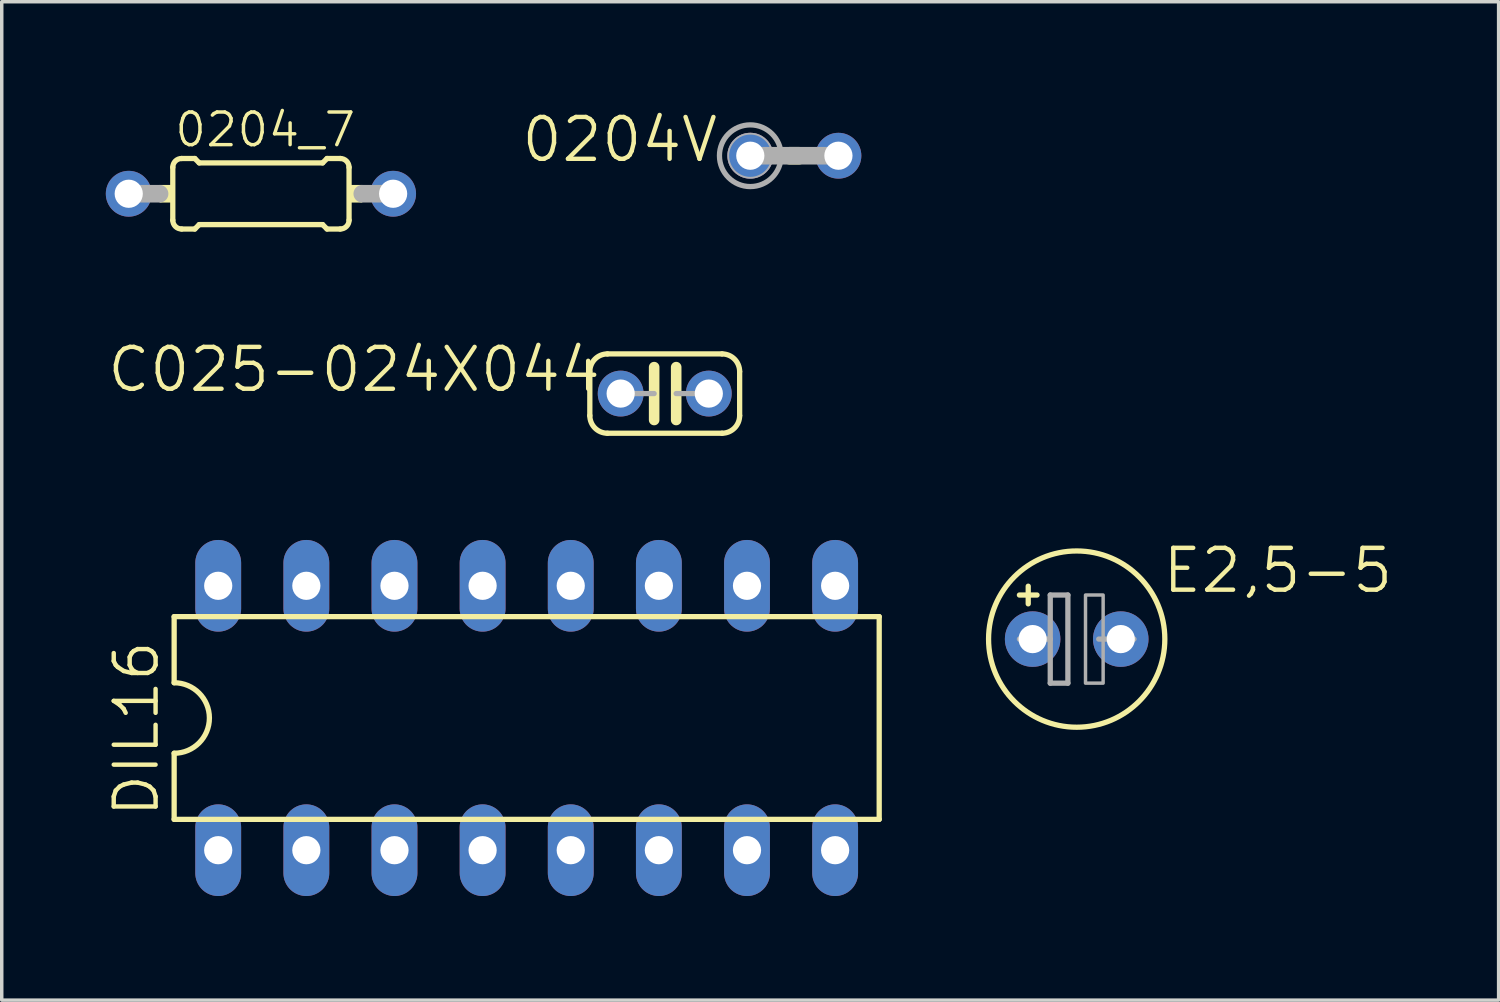
<source format=kicad_pcb>
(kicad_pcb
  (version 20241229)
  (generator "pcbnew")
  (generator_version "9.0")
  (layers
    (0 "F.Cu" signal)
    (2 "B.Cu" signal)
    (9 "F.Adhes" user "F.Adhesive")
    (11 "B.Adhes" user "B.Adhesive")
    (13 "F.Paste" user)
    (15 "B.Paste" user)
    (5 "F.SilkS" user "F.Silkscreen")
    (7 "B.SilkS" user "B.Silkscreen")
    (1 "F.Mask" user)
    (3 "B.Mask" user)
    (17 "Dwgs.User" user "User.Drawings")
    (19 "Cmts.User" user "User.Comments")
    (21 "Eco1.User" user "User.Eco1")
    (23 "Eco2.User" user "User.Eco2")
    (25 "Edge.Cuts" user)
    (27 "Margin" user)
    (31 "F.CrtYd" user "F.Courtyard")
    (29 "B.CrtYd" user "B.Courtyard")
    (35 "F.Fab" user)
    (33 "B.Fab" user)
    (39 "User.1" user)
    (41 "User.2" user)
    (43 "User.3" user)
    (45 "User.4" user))
  (footprint "C025-024X044"
    (layer "F.Cu")
    (at 16.108 8.293)
    (property "Reference" "C025-024X044" (at -1.778 -1.397 0) (layer "F.SilkS") (effects (font (size 1.206 1.206) (thickness 0.127)) (justify right top)))
    (attr through_hole)
    (fp_line (start -2.159 0.635) (end -2.159 -0.635) (stroke (width 0.152) (type solid)) (layer "F.SilkS"))
    (fp_line (start -0.305 -0.762) (end -0.305 0.762) (stroke (width 0.305) (type solid)) (layer "F.SilkS"))
    (fp_line (start 0.33 -0.762) (end 0.33 0.762) (stroke (width 0.305) (type solid)) (layer "F.SilkS"))
    (fp_line (start 1.651 -1.143) (end -1.651 -1.143) (stroke (width 0.152) (type solid)) (layer "F.SilkS"))
    (fp_line (start 1.651 1.143) (end -1.651 1.143) (stroke (width 0.152) (type solid)) (layer "F.SilkS"))
    (fp_line (start 2.159 0.635) (end 2.159 -0.635) (stroke (width 0.152) (type solid)) (layer "F.SilkS"))
    (fp_arc (start -2.159 -0.635) (mid -2.01021 -0.99421) (end -1.651 -1.143) (stroke (width 0.1524) (type solid)) (layer "F.SilkS"))
    (fp_arc (start -1.651 1.143) (mid -2.01021 0.99421) (end -2.159 0.635) (stroke (width 0.1524) (type solid)) (layer "F.SilkS"))
    (fp_arc (start 1.651 -1.143) (mid 2.01021 -0.99421) (end 2.159 -0.635) (stroke (width 0.1524) (type solid)) (layer "F.SilkS"))
    (fp_arc (start 2.159 0.635) (mid 2.01021 0.99421) (end 1.651 1.143) (stroke (width 0.1524) (type solid)) (layer "F.SilkS"))
    (fp_line (start -1.27 0) (end -0.305 0) (stroke (width 0.152) (type solid)) (layer "F.Fab"))
    (fp_line (start 1.27 0) (end 0.33 0) (stroke (width 0.152) (type solid)) (layer "F.Fab"))
    (pad "1" thru_hole circle (at -1.27 0) (size 1.321 1.321) (drill 0.813) (layers "*.Cu" "*.Mask"))
    (pad "2" thru_hole circle (at 1.27 0) (size 1.321 1.321) (drill 0.813) (layers "*.Cu" "*.Mask")))
  (footprint "0204V"
    (layer "F.Cu")
    (at 19.844 1.438)
    (property "Reference" "0204V" (at -2.134 -1.168 0) (layer "F.SilkS") (effects (font (size 1.206 1.206) (thickness 0.127)) (justify right top)))
    (attr through_hole)
    (fp_line (start -0.127 0) (end 0.127 0) (stroke (width 0.508) (type solid)) (layer "F.SilkS"))
    (fp_line (start -1.27 0) (end 1.27 0) (stroke (width 0.508) (type solid)) (layer "F.Fab"))
    (fp_circle (center -1.27 0) (end -0.635 0) (stroke (width 0.051) (type solid)) (fill no) (layer "F.Fab"))
    (fp_circle (center -1.27 0) (end -0.381 0) (stroke (width 0.152) (type solid)) (fill no) (layer "F.Fab"))
    (pad "1" thru_hole circle (at -1.27 0) (size 1.321 1.321) (drill 0.813) (layers "*.Cu" "*.Mask"))
    (pad "2" thru_hole circle (at 1.27 0) (size 1.321 1.321) (drill 0.813) (layers "*.Cu" "*.Mask")))
  (footprint "DIL16"
    (layer "F.Cu")
    (at 12.129 17.643)
    (property "Reference" "DIL16" (at -10.541 2.921 90) (layer "F.SilkS") (effects (font (size 1.206 1.206) (thickness 0.127)) (justify left bottom)))
    (attr through_hole)
    (fp_line (start -10.16 -2.921) (end -10.16 -1.016) (stroke (width 0.152) (type solid)) (layer "F.SilkS"))
    (fp_line (start -10.16 2.921) (end -10.16 1.016) (stroke (width 0.152) (type solid)) (layer "F.SilkS"))
    (fp_line (start -10.16 2.921) (end 10.16 2.921) (stroke (width 0.152) (type solid)) (layer "F.SilkS"))
    (fp_line (start 10.16 -2.921) (end -10.16 -2.921) (stroke (width 0.152) (type solid)) (layer "F.SilkS"))
    (fp_line (start 10.16 -2.921) (end 10.16 2.921) (stroke (width 0.152) (type solid)) (layer "F.SilkS"))
    (fp_arc (start -10.16 -1.016) (mid -9.144 0) (end -10.16 1.016) (stroke (width 0.1524) (type solid)) (layer "F.SilkS"))
    (pad "1" thru_hole oval (at -8.89 3.81 90) (size 2.642 1.321) (drill 0.813) (layers "*.Cu" "*.Mask"))
    (pad "2" thru_hole oval (at -6.35 3.81 90) (size 2.642 1.321) (drill 0.813) (layers "*.Cu" "*.Mask"))
    (pad "3" thru_hole oval (at -3.81 3.81 90) (size 2.642 1.321) (drill 0.813) (layers "*.Cu" "*.Mask"))
    (pad "4" thru_hole oval (at -1.27 3.81 90) (size 2.642 1.321) (drill 0.813) (layers "*.Cu" "*.Mask"))
    (pad "5" thru_hole oval (at 1.27 3.81 90) (size 2.642 1.321) (drill 0.813) (layers "*.Cu" "*.Mask"))
    (pad "6" thru_hole oval (at 3.81 3.81 90) (size 2.642 1.321) (drill 0.813) (layers "*.Cu" "*.Mask"))
    (pad "7" thru_hole oval (at 6.35 3.81 90) (size 2.642 1.321) (drill 0.813) (layers "*.Cu" "*.Mask"))
    (pad "8" thru_hole oval (at 8.89 3.81 90) (size 2.642 1.321) (drill 0.813) (layers "*.Cu" "*.Mask"))
    (pad "9" thru_hole oval (at 8.89 -3.81 90) (size 2.642 1.321) (drill 0.813) (layers "*.Cu" "*.Mask"))
    (pad "10" thru_hole oval (at 6.35 -3.81 90) (size 2.642 1.321) (drill 0.813) (layers "*.Cu" "*.Mask"))
    (pad "11" thru_hole oval (at 3.81 -3.81 90) (size 2.642 1.321) (drill 0.813) (layers "*.Cu" "*.Mask"))
    (pad "12" thru_hole oval (at 1.27 -3.81 90) (size 2.642 1.321) (drill 0.813) (layers "*.Cu" "*.Mask"))
    (pad "13" thru_hole oval (at -1.27 -3.81 90) (size 2.642 1.321) (drill 0.813) (layers "*.Cu" "*.Mask"))
    (pad "14" thru_hole oval (at -3.81 -3.81 90) (size 2.642 1.321) (drill 0.813) (layers "*.Cu" "*.Mask"))
    (pad "15" thru_hole oval (at -6.35 -3.81 90) (size 2.642 1.321) (drill 0.813) (layers "*.Cu" "*.Mask"))
    (pad "16" thru_hole oval (at -8.89 -3.81 90) (size 2.642 1.321) (drill 0.813) (layers "*.Cu" "*.Mask")))
  (footprint "0204_7"
    (layer "F.Cu")
    (at 4.47 2.534)
    (property "Reference" "0204_7" (at -2.54 -1.295 0) (layer "F.SilkS") (effects (font (size 0.941 0.941) (thickness 0.099)) (justify left bottom)))
    (attr through_hole)
    (fp_line (start -2.54 0.762) (end -2.54 -0.762) (stroke (width 0.152) (type solid)) (layer "F.SilkS"))
    (fp_line (start -2.286 -1.016) (end -1.905 -1.016) (stroke (width 0.152) (type solid)) (layer "F.SilkS"))
    (fp_line (start -2.286 1.016) (end -1.905 1.016) (stroke (width 0.152) (type solid)) (layer "F.SilkS"))
    (fp_line (start -1.778 -0.889) (end -1.905 -1.016) (stroke (width 0.152) (type solid)) (layer "F.SilkS"))
    (fp_line (start -1.778 0.889) (end -1.905 1.016) (stroke (width 0.152) (type solid)) (layer "F.SilkS"))
    (fp_line (start 1.778 -0.889) (end -1.778 -0.889) (stroke (width 0.152) (type solid)) (layer "F.SilkS"))
    (fp_line (start 1.778 -0.889) (end 1.905 -1.016) (stroke (width 0.152) (type solid)) (layer "F.SilkS"))
    (fp_line (start 1.778 0.889) (end -1.778 0.889) (stroke (width 0.152) (type solid)) (layer "F.SilkS"))
    (fp_line (start 1.778 0.889) (end 1.905 1.016) (stroke (width 0.152) (type solid)) (layer "F.SilkS"))
    (fp_line (start 2.286 -1.016) (end 1.905 -1.016) (stroke (width 0.152) (type solid)) (layer "F.SilkS"))
    (fp_line (start 2.286 1.016) (end 1.905 1.016) (stroke (width 0.152) (type solid)) (layer "F.SilkS"))
    (fp_line (start 2.54 0.762) (end 2.54 -0.762) (stroke (width 0.152) (type solid)) (layer "F.SilkS"))
    (fp_arc (start -2.54 -0.762) (mid -2.465605 -0.941605) (end -2.286 -1.016) (stroke (width 0.1524) (type solid)) (layer "F.SilkS"))
    (fp_arc (start -2.286 1.016) (mid -2.465605 0.941605) (end -2.54 0.762) (stroke (width 0.1524) (type solid)) (layer "F.SilkS"))
    (fp_arc (start 2.286 -1.016) (mid 2.465605 -0.941605) (end 2.54 -0.762) (stroke (width 0.1524) (type solid)) (layer "F.SilkS"))
    (fp_arc (start 2.54 0.762) (mid 2.465605 0.941605) (end 2.286 1.016) (stroke (width 0.1524) (type solid)) (layer "F.SilkS"))
    (fp_poly (pts (xy -2.921 0.254) (xy -2.54 0.254) (xy -2.54 -0.254) (xy -2.921 -0.254)) (stroke (width 0) (type solid)) (fill yes) (layer "F.SilkS"))
    (fp_poly (pts (xy 2.54 0.254) (xy 2.921 0.254) (xy 2.921 -0.254) (xy 2.54 -0.254)) (stroke (width 0) (type solid)) (fill yes) (layer "F.SilkS"))
    (fp_line (start -3.81 0) (end -2.921 0) (stroke (width 0.508) (type solid)) (layer "F.Fab"))
    (fp_line (start 3.81 0) (end 2.921 0) (stroke (width 0.508) (type solid)) (layer "F.Fab"))
    (pad "1" thru_hole circle (at -3.81 0) (size 1.321 1.321) (drill 0.813) (layers "*.Cu" "*.Mask"))
    (pad "2" thru_hole circle (at 3.81 0) (size 1.321 1.321) (drill 0.813) (layers "*.Cu" "*.Mask")))
  (footprint "E2,5-5"
    (layer "F.Cu")
    (at 27.981 15.369)
    (property "Reference" "E2,5-5" (at 2.413 -1.27 0) (layer "F.SilkS") (effects (font (size 1.206 1.206) (thickness 0.127)) (justify left bottom)))
    (attr through_hole)
    (fp_line (start -1.651 -1.27) (end -1.397 -1.27) (stroke (width 0.152) (type solid)) (layer "F.SilkS"))
    (fp_line (start -1.397 -1.27) (end -1.397 -1.524) (stroke (width 0.152) (type solid)) (layer "F.SilkS"))
    (fp_line (start -1.397 -1.27) (end -1.143 -1.27) (stroke (width 0.152) (type solid)) (layer "F.SilkS"))
    (fp_line (start -1.397 -1.016) (end -1.397 -1.27) (stroke (width 0.152) (type solid)) (layer "F.SilkS"))
    (fp_circle (center 0 0) (end 2.54 0) (stroke (width 0.152) (type solid)) (fill no) (layer "F.SilkS"))
    (fp_line (start -1.651 0) (end -0.762 0) (stroke (width 0.152) (type solid)) (layer "F.Fab"))
    (fp_line (start -0.762 -1.27) (end -0.762 0) (stroke (width 0.152) (type solid)) (layer "F.Fab"))
    (fp_line (start -0.762 0) (end -0.762 1.27) (stroke (width 0.152) (type solid)) (layer "F.Fab"))
    (fp_line (start -0.762 1.27) (end -0.254 1.27) (stroke (width 0.152) (type solid)) (layer "F.Fab"))
    (fp_line (start -0.254 -1.27) (end -0.762 -1.27) (stroke (width 0.152) (type solid)) (layer "F.Fab"))
    (fp_line (start -0.254 1.27) (end -0.254 -1.27) (stroke (width 0.152) (type solid)) (layer "F.Fab"))
    (fp_line (start 0.635 0) (end 1.651 0) (stroke (width 0.152) (type solid)) (layer "F.Fab"))
    (fp_poly (pts (xy 0.254 1.27) (xy 0.762 1.27) (xy 0.762 -1.27) (xy 0.254 -1.27)) (stroke (width 0.1) (type solid)) (fill no) (layer "F.Fab"))
    (pad "+" thru_hole circle (at -1.27 0) (size 1.6 1.6) (drill 0.813) (layers "*.Cu" "*.Mask"))
    (pad "-" thru_hole circle (at 1.27 0) (size 1.6 1.6) (drill 0.813) (layers "*.Cu" "*.Mask")))
  (gr_rect
    (start -3 -3)
    (end 40.141 25.774)
    (stroke (width 0.1) (type default))
    (fill no)
    (layer "Edge.Cuts")))
</source>
